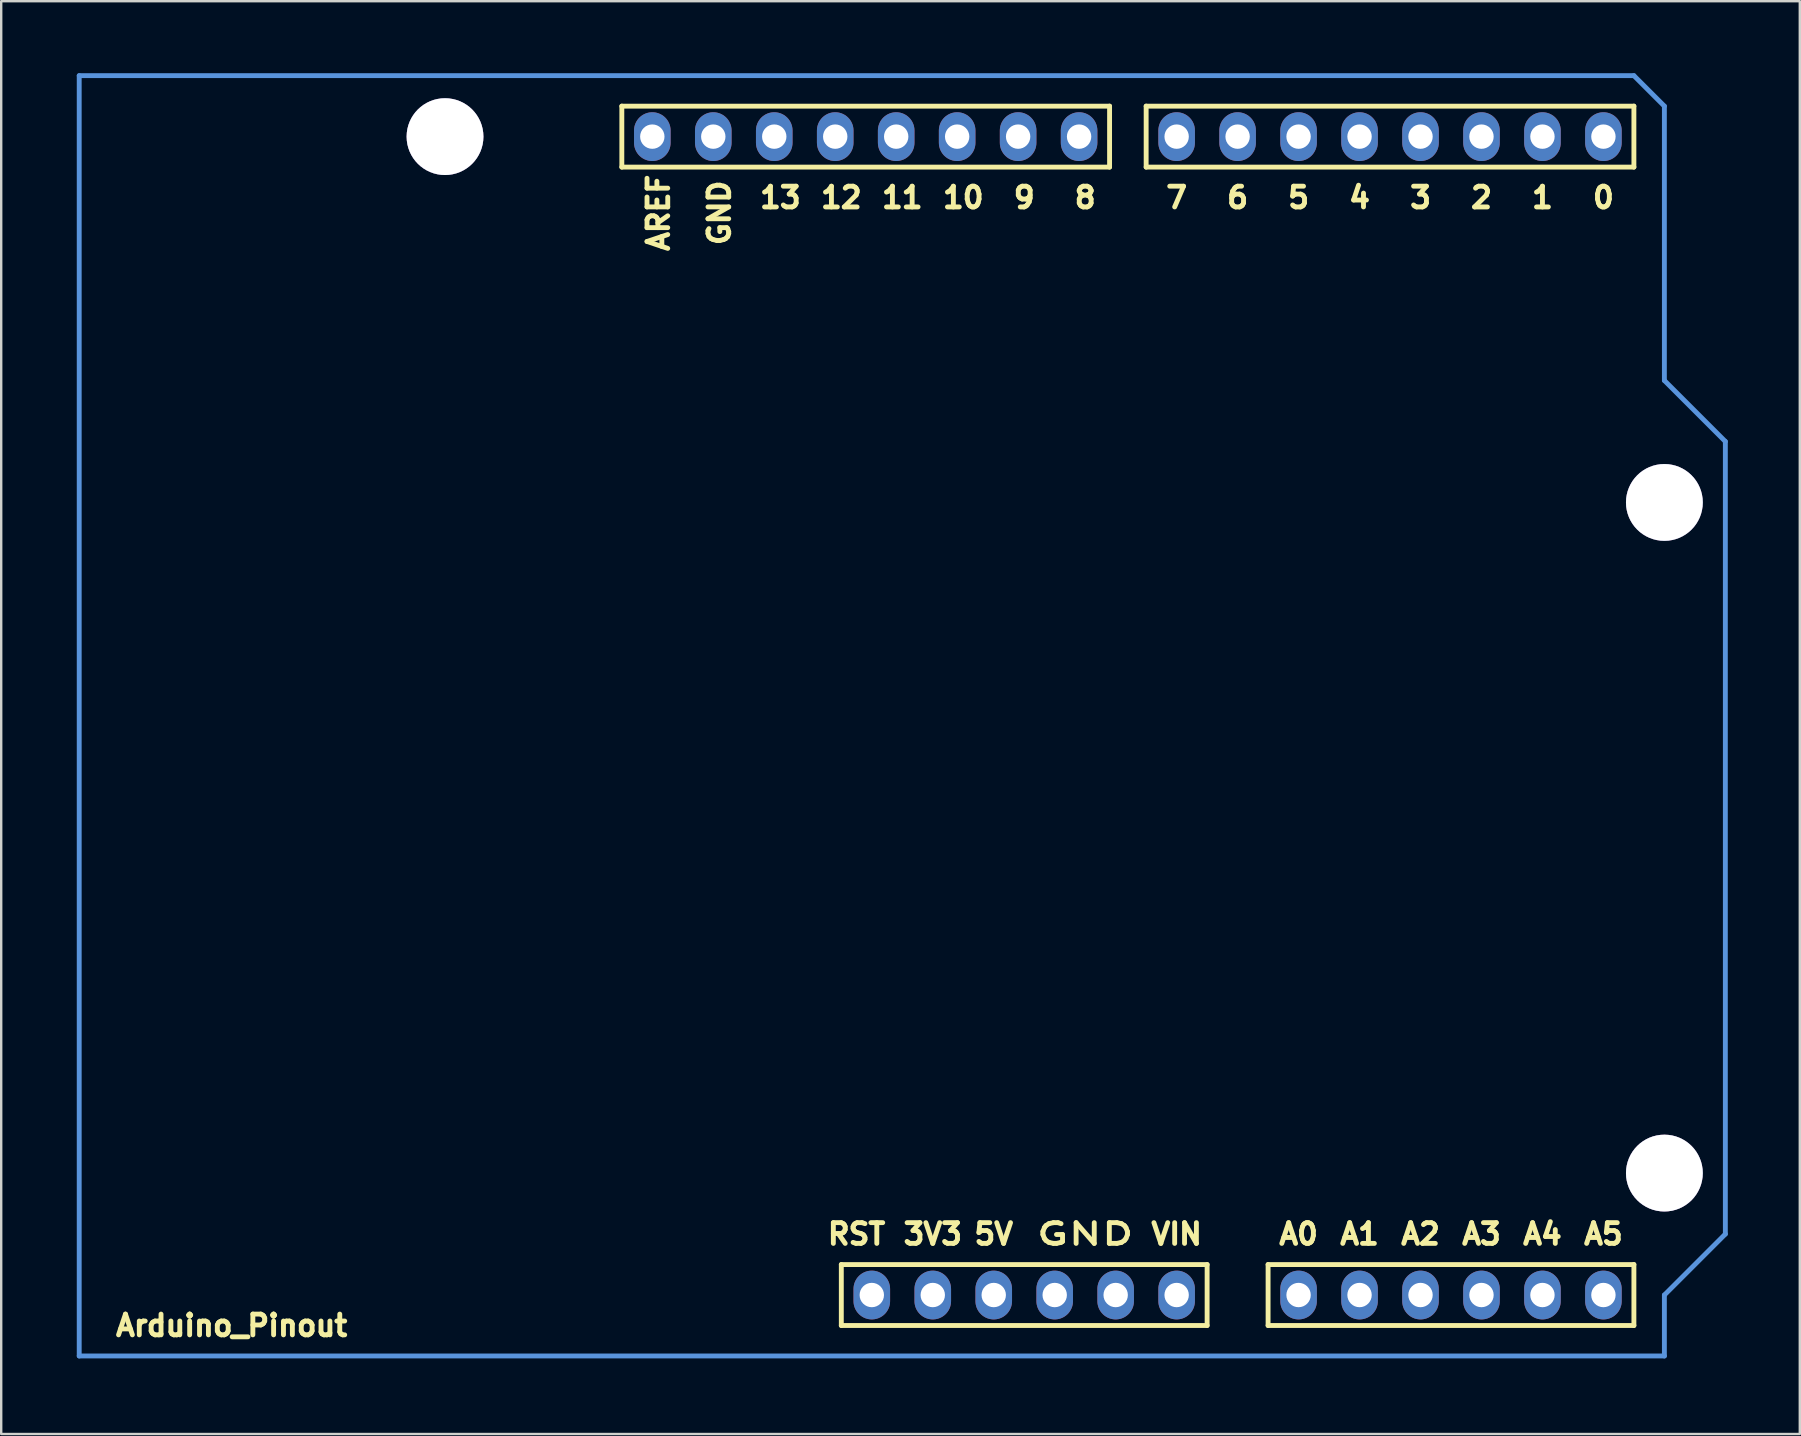
<source format=kicad_pcb>
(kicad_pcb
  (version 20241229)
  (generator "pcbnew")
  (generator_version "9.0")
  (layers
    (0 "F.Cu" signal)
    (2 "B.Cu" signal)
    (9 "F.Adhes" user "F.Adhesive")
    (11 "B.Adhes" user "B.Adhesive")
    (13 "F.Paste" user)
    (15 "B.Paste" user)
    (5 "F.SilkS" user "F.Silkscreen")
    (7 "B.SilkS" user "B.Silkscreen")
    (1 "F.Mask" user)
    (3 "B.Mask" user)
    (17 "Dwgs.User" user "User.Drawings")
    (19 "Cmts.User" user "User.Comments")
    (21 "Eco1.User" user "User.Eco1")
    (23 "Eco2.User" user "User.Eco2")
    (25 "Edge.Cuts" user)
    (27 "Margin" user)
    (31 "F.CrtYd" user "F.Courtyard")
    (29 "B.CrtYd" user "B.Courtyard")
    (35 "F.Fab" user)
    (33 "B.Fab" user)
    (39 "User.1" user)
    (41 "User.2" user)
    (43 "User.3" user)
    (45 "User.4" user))
  (footprint "Arduino_Pinout"
    (layer "F.Cu")
    (at 0.25 53.442)
    (property "Reference" "Arduino_Pinout" (at 6.35 -1.27 0) (layer "F.SilkS") (effects (font (size 0.864 0.864) (thickness 0.203))))
    (attr through_hole)
    (fp_line (start 22.606 -52.07) (end 22.606 -49.53) (stroke (width 0.203) (type solid)) (layer "F.SilkS"))
    (fp_line (start 22.606 -49.53) (end 42.926 -49.53) (stroke (width 0.203) (type solid)) (layer "F.SilkS"))
    (fp_line (start 31.75 -3.81) (end 31.75 -1.27) (stroke (width 0.203) (type solid)) (layer "F.SilkS"))
    (fp_line (start 31.75 -1.27) (end 46.99 -1.27) (stroke (width 0.203) (type solid)) (layer "F.SilkS"))
    (fp_line (start 42.926 -52.07) (end 22.606 -52.07) (stroke (width 0.203) (type solid)) (layer "F.SilkS"))
    (fp_line (start 42.926 -49.53) (end 42.926 -52.07) (stroke (width 0.203) (type solid)) (layer "F.SilkS"))
    (fp_line (start 44.45 -52.07) (end 44.45 -49.53) (stroke (width 0.203) (type solid)) (layer "F.SilkS"))
    (fp_line (start 44.45 -49.53) (end 64.77 -49.53) (stroke (width 0.203) (type solid)) (layer "F.SilkS"))
    (fp_line (start 46.99 -3.81) (end 31.75 -3.81) (stroke (width 0.203) (type solid)) (layer "F.SilkS"))
    (fp_line (start 46.99 -3.81) (end 46.99 -1.27) (stroke (width 0.203) (type solid)) (layer "F.SilkS"))
    (fp_line (start 49.53 -3.81) (end 64.77 -3.81) (stroke (width 0.203) (type solid)) (layer "F.SilkS"))
    (fp_line (start 49.53 -1.27) (end 49.53 -3.81) (stroke (width 0.203) (type solid)) (layer "F.SilkS"))
    (fp_line (start 64.77 -52.07) (end 44.45 -52.07) (stroke (width 0.203) (type solid)) (layer "F.SilkS"))
    (fp_line (start 64.77 -49.53) (end 64.77 -52.07) (stroke (width 0.203) (type solid)) (layer "F.SilkS"))
    (fp_line (start 64.77 -3.81) (end 64.77 -1.27) (stroke (width 0.203) (type solid)) (layer "F.SilkS"))
    (fp_line (start 64.77 -1.27) (end 49.53 -1.27) (stroke (width 0.203) (type solid)) (layer "F.SilkS"))
    (fp_line (start 0 -53.34) (end 0 0) (stroke (width 0.203) (type solid)) (layer "Cmts.User"))
    (fp_line (start 64.77 -53.34) (end 0 -53.34) (stroke (width 0.203) (type solid)) (layer "Cmts.User"))
    (fp_line (start 64.77 -53.34) (end 66.04 -52.07) (stroke (width 0.203) (type solid)) (layer "Cmts.User"))
    (fp_line (start 66.04 -52.07) (end 66.04 -40.64) (stroke (width 0.203) (type solid)) (layer "Cmts.User"))
    (fp_line (start 66.04 -40.64) (end 68.58 -38.1) (stroke (width 0.203) (type solid)) (layer "Cmts.User"))
    (fp_line (start 66.04 -2.54) (end 68.58 -5.08) (stroke (width 0.203) (type solid)) (layer "Cmts.User"))
    (fp_line (start 66.04 0) (end 0 0) (stroke (width 0.203) (type solid)) (layer "Cmts.User"))
    (fp_line (start 66.04 0) (end 66.04 -2.54) (stroke (width 0.203) (type solid)) (layer "Cmts.User"))
    (fp_line (start 68.58 -38.1) (end 68.58 -5.08) (stroke (width 0.203) (type solid)) (layer "Cmts.User"))
    (fp_text user "RST" (at 32.385 -5.08 180) (layer "F.SilkS") (effects (font (size 0.864 0.864) (thickness 0.203))))
    (fp_text user "A3" (at 58.42 -5.08 0) (layer "F.SilkS") (effects (font (size 0.864 0.864) (thickness 0.203))))
    (fp_text user "A0" (at 50.8 -5.08 0) (layer "F.SilkS") (effects (font (size 0.864 0.864) (thickness 0.203))))
    (fp_text user "11" (at 34.29 -48.26 0) (layer "F.SilkS") (effects (font (size 0.864 0.864) (thickness 0.203))))
    (fp_text user "5V" (at 38.1 -5.08 0) (layer "F.SilkS") (effects (font (size 0.864 0.864) (thickness 0.203))))
    (fp_text user "GND" (at 26.67 -47.625 90) (layer "F.SilkS") (effects (font (size 0.864 0.864) (thickness 0.203))))
    (fp_text user "10" (at 36.83 -48.26 0) (layer "F.SilkS") (effects (font (size 0.864 0.864) (thickness 0.203))))
    (fp_text user "8" (at 41.91 -48.26 0) (layer "F.SilkS") (effects (font (size 0.864 0.864) (thickness 0.203))))
    (fp_text user "3" (at 55.88 -48.26 0) (layer "F.SilkS") (effects (font (size 0.864 0.864) (thickness 0.203))))
    (fp_text user "A1" (at 53.34 -5.08 0) (layer "F.SilkS") (effects (font (size 0.864 0.864) (thickness 0.203))))
    (fp_text user "2" (at 58.42 -48.26 0) (layer "F.SilkS") (effects (font (size 0.864 0.864) (thickness 0.203))))
    (fp_text user "4" (at 53.34 -48.26 0) (layer "F.SilkS") (effects (font (size 0.864 0.864) (thickness 0.203))))
    (fp_text user "AREF" (at 24.13 -47.625 90) (layer "F.SilkS") (effects (font (size 0.864 0.864) (thickness 0.203))))
    (fp_text user "A4" (at 60.96 -5.08 0) (layer "F.SilkS") (effects (font (size 0.864 0.864) (thickness 0.203))))
    (fp_text user "7" (at 45.72 -48.26 0) (layer "F.SilkS") (effects (font (size 0.864 0.864) (thickness 0.203))))
    (fp_text user "5" (at 50.8 -48.26 0) (layer "F.SilkS") (effects (font (size 0.864 0.864) (thickness 0.203))))
    (fp_text user "1" (at 60.96 -48.26 0) (layer "F.SilkS") (effects (font (size 0.864 0.864) (thickness 0.203))))
    (fp_text user "A5" (at 63.5 -5.08 0) (layer "F.SilkS") (effects (font (size 0.864 0.864) (thickness 0.203))))
    (fp_text user "12" (at 31.75 -48.26 0) (layer "F.SilkS") (effects (font (size 0.864 0.864) (thickness 0.203))))
    (fp_text user "3V3" (at 35.56 -5.08 180) (layer "F.SilkS") (effects (font (size 0.864 0.864) (thickness 0.203))))
    (fp_text user "0" (at 63.5 -48.26 0) (layer "F.SilkS") (effects (font (size 0.864 0.864) (thickness 0.203))))
    (fp_text user "VIN" (at 45.72 -5.08 0) (layer "F.SilkS") (effects (font (size 0.864 0.864) (thickness 0.203))))
    (fp_text user "GND" (at 41.91 -5.08 0) (layer "F.SilkS") (effects (font (size 0.864 1.321) (thickness 0.203))))
    (fp_text user "13" (at 29.21 -48.26 0) (layer "F.SilkS") (effects (font (size 0.864 0.864) (thickness 0.203))))
    (fp_text user "6" (at 48.26 -48.26 0) (layer "F.SilkS") (effects (font (size 0.864 0.864) (thickness 0.203))))
    (fp_text user "9" (at 39.37 -48.26 0) (layer "F.SilkS") (effects (font (size 0.864 0.864) (thickness 0.203))))
    (fp_text user "A2" (at 55.88 -5.08 0) (layer "F.SilkS") (effects (font (size 0.864 0.864) (thickness 0.203))))
    (pad "0" thru_hole circle (at 15.24 -50.8) (size 3.2 3.2) (drill 3.2) (layers "*.Cu"))
    (pad "0" thru_hole circle (at 66.04 -35.56) (size 3.2 3.2) (drill 3.2) (layers "*.Cu"))
    (pad "0" thru_hole circle (at 66.04 -7.62) (size 3.2 3.2) (drill 3.2) (layers "*.Cu"))
    (pad "1" thru_hole oval (at 63.5 -50.8) (size 1.524 2.032) (drill 1.016) (layers "*.Cu" "*.Mask"))
    (pad "2" thru_hole oval (at 60.96 -50.8) (size 1.524 2.032) (drill 1.016) (layers "*.Cu" "*.Mask"))
    (pad "3" thru_hole oval (at 58.42 -50.8) (size 1.524 2.032) (drill 1.016) (layers "*.Cu" "*.Mask"))
    (pad "4" thru_hole oval (at 55.88 -50.8) (size 1.524 2.032) (drill 1.016) (layers "*.Cu" "*.Mask"))
    (pad "5" thru_hole oval (at 53.34 -50.8) (size 1.524 2.032) (drill 1.016) (layers "*.Cu" "*.Mask"))
    (pad "6" thru_hole oval (at 50.8 -50.8) (size 1.524 2.032) (drill 1.016) (layers "*.Cu" "*.Mask"))
    (pad "7" thru_hole oval (at 48.26 -50.8) (size 1.524 2.032) (drill 1.016) (layers "*.Cu" "*.Mask"))
    (pad "8" thru_hole oval (at 45.72 -50.8) (size 1.524 2.032) (drill 1.016) (layers "*.Cu" "*.Mask"))
    (pad "9" thru_hole oval (at 41.656 -50.8) (size 1.524 2.032) (drill 1.016) (layers "*.Cu" "*.Mask"))
    (pad "10" thru_hole oval (at 39.116 -50.8) (size 1.524 2.032) (drill 1.016) (layers "*.Cu" "*.Mask"))
    (pad "11" thru_hole oval (at 36.576 -50.8) (size 1.524 2.032) (drill 1.016) (layers "*.Cu" "*.Mask"))
    (pad "12" thru_hole oval (at 34.036 -50.8) (size 1.524 2.032) (drill 1.016) (layers "*.Cu" "*.Mask"))
    (pad "13" thru_hole oval (at 31.496 -50.8) (size 1.524 2.032) (drill 1.016) (layers "*.Cu" "*.Mask"))
    (pad "14" thru_hole oval (at 28.956 -50.8) (size 1.524 2.032) (drill 1.016) (layers "*.Cu" "*.Mask"))
    (pad "15" thru_hole oval (at 26.416 -50.8) (size 1.524 2.032) (drill 1.016) (layers "*.Cu" "*.Mask"))
    (pad "16" thru_hole oval (at 23.876 -50.8) (size 1.524 2.032) (drill 1.016) (layers "*.Cu" "*.Mask"))
    (pad "17" thru_hole oval (at 63.5 -2.54) (size 1.524 2.032) (drill 1.016) (layers "*.Cu" "*.Mask"))
    (pad "18" thru_hole oval (at 60.96 -2.54) (size 1.524 2.032) (drill 1.016) (layers "*.Cu" "*.Mask"))
    (pad "19" thru_hole oval (at 58.42 -2.54) (size 1.524 2.032) (drill 1.016) (layers "*.Cu" "*.Mask"))
    (pad "20" thru_hole oval (at 55.88 -2.54) (size 1.524 2.032) (drill 1.016) (layers "*.Cu" "*.Mask"))
    (pad "21" thru_hole oval (at 53.34 -2.54) (size 1.524 2.032) (drill 1.016) (layers "*.Cu" "*.Mask"))
    (pad "22" thru_hole oval (at 50.8 -2.54) (size 1.524 2.032) (drill 1.016) (layers "*.Cu" "*.Mask"))
    (pad "23" thru_hole oval (at 45.72 -2.54) (size 1.524 2.032) (drill 1.016) (layers "*.Cu" "*.Mask"))
    (pad "24" thru_hole oval (at 43.18 -2.54) (size 1.524 2.032) (drill 1.016) (layers "*.Cu" "*.Mask"))
    (pad "25" thru_hole oval (at 40.64 -2.54) (size 1.524 2.032) (drill 1.016) (layers "*.Cu" "*.Mask"))
    (pad "26" thru_hole oval (at 38.1 -2.54) (size 1.524 2.032) (drill 1.016) (layers "*.Cu" "*.Mask"))
    (pad "27" thru_hole oval (at 35.56 -2.54) (size 1.524 2.032) (drill 1.016) (layers "*.Cu" "*.Mask"))
    (pad "28" thru_hole oval (at 33.02 -2.54) (size 1.524 2.032) (drill 1.016) (layers "*.Cu" "*.Mask")))
  (gr_rect
    (start -3 -3)
    (end 71.932 56.692)
    (stroke (width 0.1) (type default))
    (fill no)
    (layer "Edge.Cuts")))
</source>
